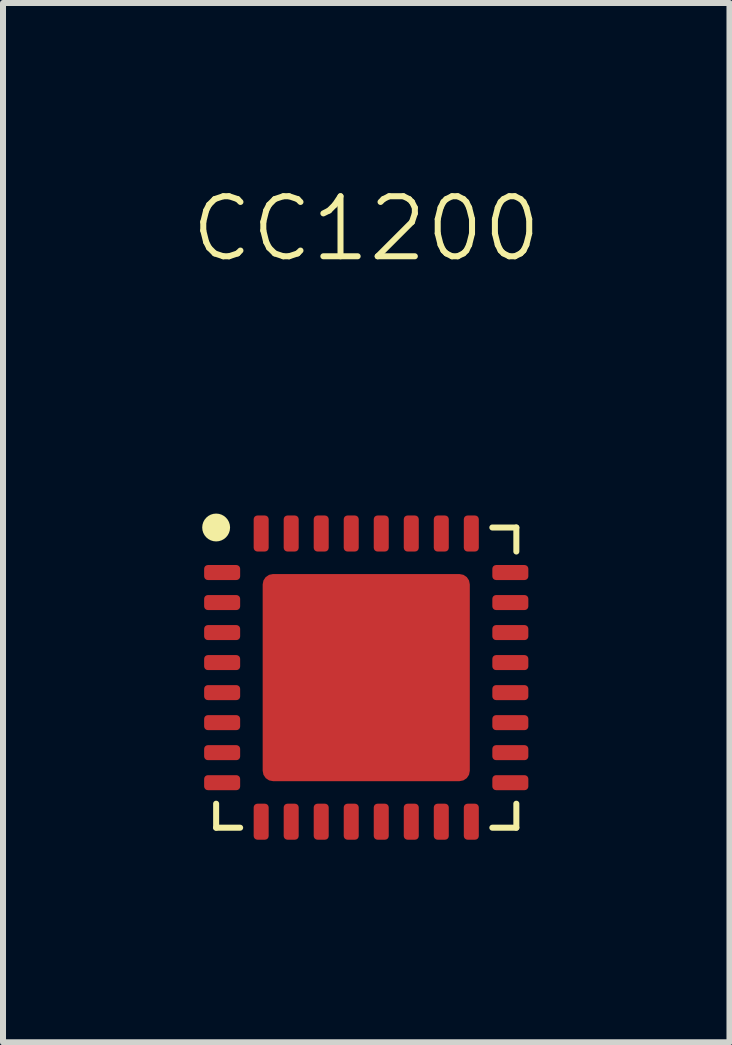
<source format=kicad_pcb>
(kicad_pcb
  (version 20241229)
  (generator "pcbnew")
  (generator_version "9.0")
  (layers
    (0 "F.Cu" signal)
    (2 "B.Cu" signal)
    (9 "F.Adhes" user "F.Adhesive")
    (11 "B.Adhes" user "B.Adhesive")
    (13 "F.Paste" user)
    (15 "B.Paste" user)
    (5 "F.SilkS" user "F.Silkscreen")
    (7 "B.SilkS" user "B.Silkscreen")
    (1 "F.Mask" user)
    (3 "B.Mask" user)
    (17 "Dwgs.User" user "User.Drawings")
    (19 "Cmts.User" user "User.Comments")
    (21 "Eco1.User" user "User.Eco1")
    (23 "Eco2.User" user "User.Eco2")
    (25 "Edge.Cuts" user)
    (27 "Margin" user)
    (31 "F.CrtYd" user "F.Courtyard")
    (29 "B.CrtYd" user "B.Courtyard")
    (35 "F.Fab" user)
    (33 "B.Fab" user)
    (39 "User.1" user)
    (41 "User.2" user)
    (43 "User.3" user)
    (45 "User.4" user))
  (footprint "CC1200"
    (layer "F.Cu")
    (at 3.05 8.236)
    (property "Reference" "CC1200" (at 0 -7.475 0) (unlocked yes) (layer "F.SilkS") (effects (font (size 1 1) (thickness 0.1))))
    (attr smd)
    (fp_line (start -2.5 2.5) (end -2.5 2.1) (stroke (width 0.1) (type default)) (layer "F.SilkS"))
    (fp_line (start -2.5 2.5) (end -2.1 2.5) (stroke (width 0.1) (type default)) (layer "F.SilkS"))
    (fp_line (start 2.5 -2.5) (end 2.1 -2.5) (stroke (width 0.1) (type default)) (layer "F.SilkS"))
    (fp_line (start 2.5 -2.5) (end 2.5 -2.1) (stroke (width 0.1) (type default)) (layer "F.SilkS"))
    (fp_line (start 2.5 2.5) (end 2.1 2.5) (stroke (width 0.1) (type default)) (layer "F.SilkS"))
    (fp_line (start 2.5 2.5) (end 2.5 2.1) (stroke (width 0.1) (type default)) (layer "F.SilkS"))
    (fp_circle (center -2.5 -2.5) (end -2.318 -2.5) (stroke (width 0.1) (type solid)) (fill yes) (layer "F.SilkS"))
    (fp_rect (start -1.585 -1.59) (end -0.095 -0.1) (stroke (width 0.1) (type solid)) (fill yes) (layer "F.Paste"))
    (fp_rect (start -1.585 0.1) (end -0.095 1.59) (stroke (width 0.1) (type solid)) (fill yes) (layer "F.Paste"))
    (fp_rect (start 0.095 -1.59) (end 1.585 -0.1) (stroke (width 0.1) (type solid)) (fill yes) (layer "F.Paste"))
    (fp_rect (start 0.095 0.1) (end 1.585 1.59) (stroke (width 0.1) (type solid)) (fill yes) (layer "F.Paste"))
    (fp_rect (start -3 -3) (end 3 3.025) (stroke (width 0.1) (type default)) (fill no) (layer "Margin"))
    (pad "0" smd roundrect (at 0 0 270) (size 3.45 3.45) (layers "F.Cu" "F.Mask" "F.Paste") (roundrect_rratio 0.05))
    (pad "1" smd roundrect (at -2.4 -1.75) (size 0.6 0.25) (layers "F.Cu" "F.Mask" "F.Paste") (roundrect_rratio 0.25))
    (pad "2" smd roundrect (at -2.4 -1.25) (size 0.6 0.25) (layers "F.Cu" "F.Mask" "F.Paste") (roundrect_rratio 0.25))
    (pad "3" smd roundrect (at -2.4 -0.75) (size 0.6 0.25) (layers "F.Cu" "F.Mask" "F.Paste") (roundrect_rratio 0.25))
    (pad "4" smd roundrect (at -2.4 -0.25) (size 0.6 0.25) (layers "F.Cu" "F.Mask" "F.Paste") (roundrect_rratio 0.25))
    (pad "5" smd roundrect (at -2.4 0.25) (size 0.6 0.25) (layers "F.Cu" "F.Mask" "F.Paste") (roundrect_rratio 0.25))
    (pad "6" smd roundrect (at -2.4 0.75) (size 0.6 0.25) (layers "F.Cu" "F.Mask" "F.Paste") (roundrect_rratio 0.25))
    (pad "7" smd roundrect (at -2.4 1.25) (size 0.6 0.25) (layers "F.Cu" "F.Mask" "F.Paste") (roundrect_rratio 0.25))
    (pad "8" smd roundrect (at -2.4 1.75) (size 0.6 0.25) (layers "F.Cu" "F.Mask" "F.Paste") (roundrect_rratio 0.25))
    (pad "9" smd roundrect (at -1.75 2.4 90) (size 0.6 0.25) (layers "F.Cu" "F.Mask" "F.Paste") (roundrect_rratio 0.25))
    (pad "10" smd roundrect (at -1.25 2.4 90) (size 0.6 0.25) (layers "F.Cu" "F.Mask" "F.Paste") (roundrect_rratio 0.25))
    (pad "11" smd roundrect (at -0.75 2.4 90) (size 0.6 0.25) (layers "F.Cu" "F.Mask" "F.Paste") (roundrect_rratio 0.25))
    (pad "12" smd roundrect (at -0.25 2.4 90) (size 0.6 0.25) (layers "F.Cu" "F.Mask" "F.Paste") (roundrect_rratio 0.25))
    (pad "13" smd roundrect (at 0.25 2.4 90) (size 0.6 0.25) (layers "F.Cu" "F.Mask" "F.Paste") (roundrect_rratio 0.25))
    (pad "14" smd roundrect (at 0.75 2.4 90) (size 0.6 0.25) (layers "F.Cu" "F.Mask" "F.Paste") (roundrect_rratio 0.25))
    (pad "15" smd roundrect (at 1.25 2.4 90) (size 0.6 0.25) (layers "F.Cu" "F.Mask" "F.Paste") (roundrect_rratio 0.25))
    (pad "16" smd roundrect (at 1.75 2.4 90) (size 0.6 0.25) (layers "F.Cu" "F.Mask" "F.Paste") (roundrect_rratio 0.25))
    (pad "17" smd roundrect (at 2.4 1.75 180) (size 0.6 0.25) (layers "F.Cu" "F.Mask" "F.Paste") (roundrect_rratio 0.25))
    (pad "18" smd roundrect (at 2.4 1.25 180) (size 0.6 0.25) (layers "F.Cu" "F.Mask" "F.Paste") (roundrect_rratio 0.25))
    (pad "19" smd roundrect (at 2.4 0.75 180) (size 0.6 0.25) (layers "F.Cu" "F.Mask" "F.Paste") (roundrect_rratio 0.25))
    (pad "20" smd roundrect (at 2.4 0.25 180) (size 0.6 0.25) (layers "F.Cu" "F.Mask" "F.Paste") (roundrect_rratio 0.25))
    (pad "21" smd roundrect (at 2.4 -0.25 180) (size 0.6 0.25) (layers "F.Cu" "F.Mask" "F.Paste") (roundrect_rratio 0.25))
    (pad "22" smd roundrect (at 2.4 -0.75 180) (size 0.6 0.25) (layers "F.Cu" "F.Mask" "F.Paste") (roundrect_rratio 0.25))
    (pad "23" smd roundrect (at 2.4 -1.25 180) (size 0.6 0.25) (layers "F.Cu" "F.Mask" "F.Paste") (roundrect_rratio 0.25))
    (pad "24" smd roundrect (at 2.4 -1.75 180) (size 0.6 0.25) (layers "F.Cu" "F.Mask" "F.Paste") (roundrect_rratio 0.25))
    (pad "25" smd roundrect (at 1.75 -2.4 270) (size 0.6 0.25) (layers "F.Cu" "F.Mask" "F.Paste") (roundrect_rratio 0.25))
    (pad "26" smd roundrect (at 1.25 -2.4 270) (size 0.6 0.25) (layers "F.Cu" "F.Mask" "F.Paste") (roundrect_rratio 0.25))
    (pad "27" smd roundrect (at 0.75 -2.4 270) (size 0.6 0.25) (layers "F.Cu" "F.Mask" "F.Paste") (roundrect_rratio 0.25))
    (pad "28" smd roundrect (at 0.25 -2.4 270) (size 0.6 0.25) (layers "F.Cu" "F.Mask" "F.Paste") (roundrect_rratio 0.25))
    (pad "29" smd roundrect (at -0.25 -2.4 270) (size 0.6 0.25) (layers "F.Cu" "F.Mask" "F.Paste") (roundrect_rratio 0.25))
    (pad "30" smd roundrect (at -0.75 -2.4 270) (size 0.6 0.25) (layers "F.Cu" "F.Mask" "F.Paste") (roundrect_rratio 0.25))
    (pad "31" smd roundrect (at -1.25 -2.4 270) (size 0.6 0.25) (layers "F.Cu" "F.Mask" "F.Paste") (roundrect_rratio 0.25))
    (pad "32" smd roundrect (at -1.75 -2.4 270) (size 0.6 0.25) (layers "F.Cu" "F.Mask" "F.Paste") (roundrect_rratio 0.25)))
  (gr_rect
    (start -3 -3)
    (end 9.1 14.31)
    (stroke (width 0.1) (type default))
    (fill no)
    (layer "Edge.Cuts")))
</source>
